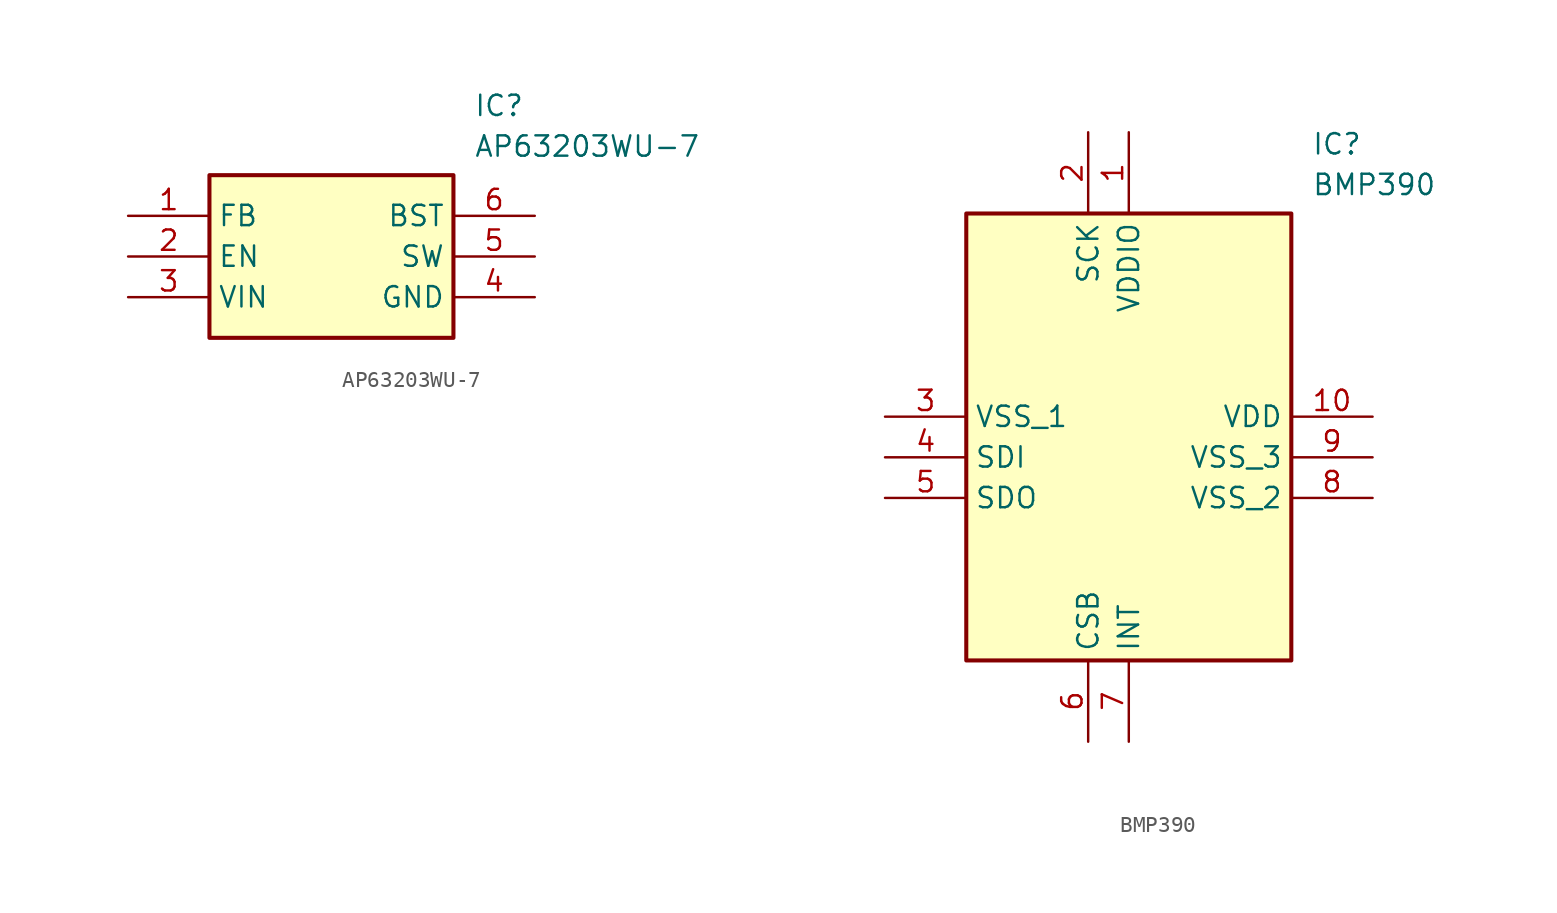
<source format=kicad_sym>
(kicad_symbol_lib
  (version 20241209)
  (generator "kicad_symbol_editor")
  (generator_version "9.0")
  (symbol "AP63203WU-7"
    (property "Reference" "IC"
      (at 21.59 7.62 0)
      (effects (font (size 1.27 1.27)) (justify left top)))
    (property "Value" "AP63203WU-7"
      (at 21.59 5.08 0)
      (effects (font (size 1.27 1.27)) (justify left top)))
    (symbol "AP63203WU-7_1_1"
      (rectangle (start 5.08 2.54) (end 20.32 -7.62) (stroke (width 0.254) (type default)) (fill (type background)))
      (pin passive line (at 0 0 0) (length 5.08) (name "FB" (effects (font (size 1.27 1.27)))) (number "1" (effects (font (size 1.27 1.27)))))
      (pin passive line (at 0 -2.54 0) (length 5.08) (name "EN" (effects (font (size 1.27 1.27)))) (number "2" (effects (font (size 1.27 1.27)))))
      (pin passive line (at 0 -5.08 0) (length 5.08) (name "VIN" (effects (font (size 1.27 1.27)))) (number "3" (effects (font (size 1.27 1.27)))))
      (pin passive line (at 25.4 0 180) (length 5.08) (name "BST" (effects (font (size 1.27 1.27)))) (number "6" (effects (font (size 1.27 1.27)))))
      (pin passive line (at 25.4 -2.54 180) (length 5.08) (name "SW" (effects (font (size 1.27 1.27)))) (number "5" (effects (font (size 1.27 1.27)))))
      (pin passive line (at 25.4 -5.08 180) (length 5.08) (name "GND" (effects (font (size 1.27 1.27)))) (number "4" (effects (font (size 1.27 1.27)))))))
  (symbol "BMP390"
    (property "Reference" "IC"
      (at 26.67 17.78 0)
      (effects (font (size 1.27 1.27)) (justify left top)))
    (property "Value" "BMP390"
      (at 26.67 15.24 0)
      (effects (font (size 1.27 1.27)) (justify left top)))
    (symbol "BMP390_1_1"
      (rectangle (start 5.08 12.7) (end 25.4 -15.24) (stroke (width 0.254) (type default)) (fill (type background)))
      (pin passive line (at 0 0 0) (length 5.08) (name "VSS_1" (effects (font (size 1.27 1.27)))) (number "3" (effects (font (size 1.27 1.27)))))
      (pin passive line (at 0 -2.54 0) (length 5.08) (name "SDI" (effects (font (size 1.27 1.27)))) (number "4" (effects (font (size 1.27 1.27)))))
      (pin passive line (at 0 -5.08 0) (length 5.08) (name "SDO" (effects (font (size 1.27 1.27)))) (number "5" (effects (font (size 1.27 1.27)))))
      (pin passive line (at 12.7 17.78 270) (length 5.08) (name "SCK" (effects (font (size 1.27 1.27)))) (number "2" (effects (font (size 1.27 1.27)))))
      (pin passive line (at 12.7 -20.32 90) (length 5.08) (name "CSB" (effects (font (size 1.27 1.27)))) (number "6" (effects (font (size 1.27 1.27)))))
      (pin passive line (at 15.24 17.78 270) (length 5.08) (name "VDDIO" (effects (font (size 1.27 1.27)))) (number "1" (effects (font (size 1.27 1.27)))))
      (pin passive line (at 15.24 -20.32 90) (length 5.08) (name "INT" (effects (font (size 1.27 1.27)))) (number "7" (effects (font (size 1.27 1.27)))))
      (pin passive line (at 30.48 0 180) (length 5.08) (name "VDD" (effects (font (size 1.27 1.27)))) (number "10" (effects (font (size 1.27 1.27)))))
      (pin passive line (at 30.48 -2.54 180) (length 5.08) (name "VSS_3" (effects (font (size 1.27 1.27)))) (number "9" (effects (font (size 1.27 1.27)))))
      (pin passive line (at 30.48 -5.08 180) (length 5.08) (name "VSS_2" (effects (font (size 1.27 1.27)))) (number "8" (effects (font (size 1.27 1.27))))))))
</source>
